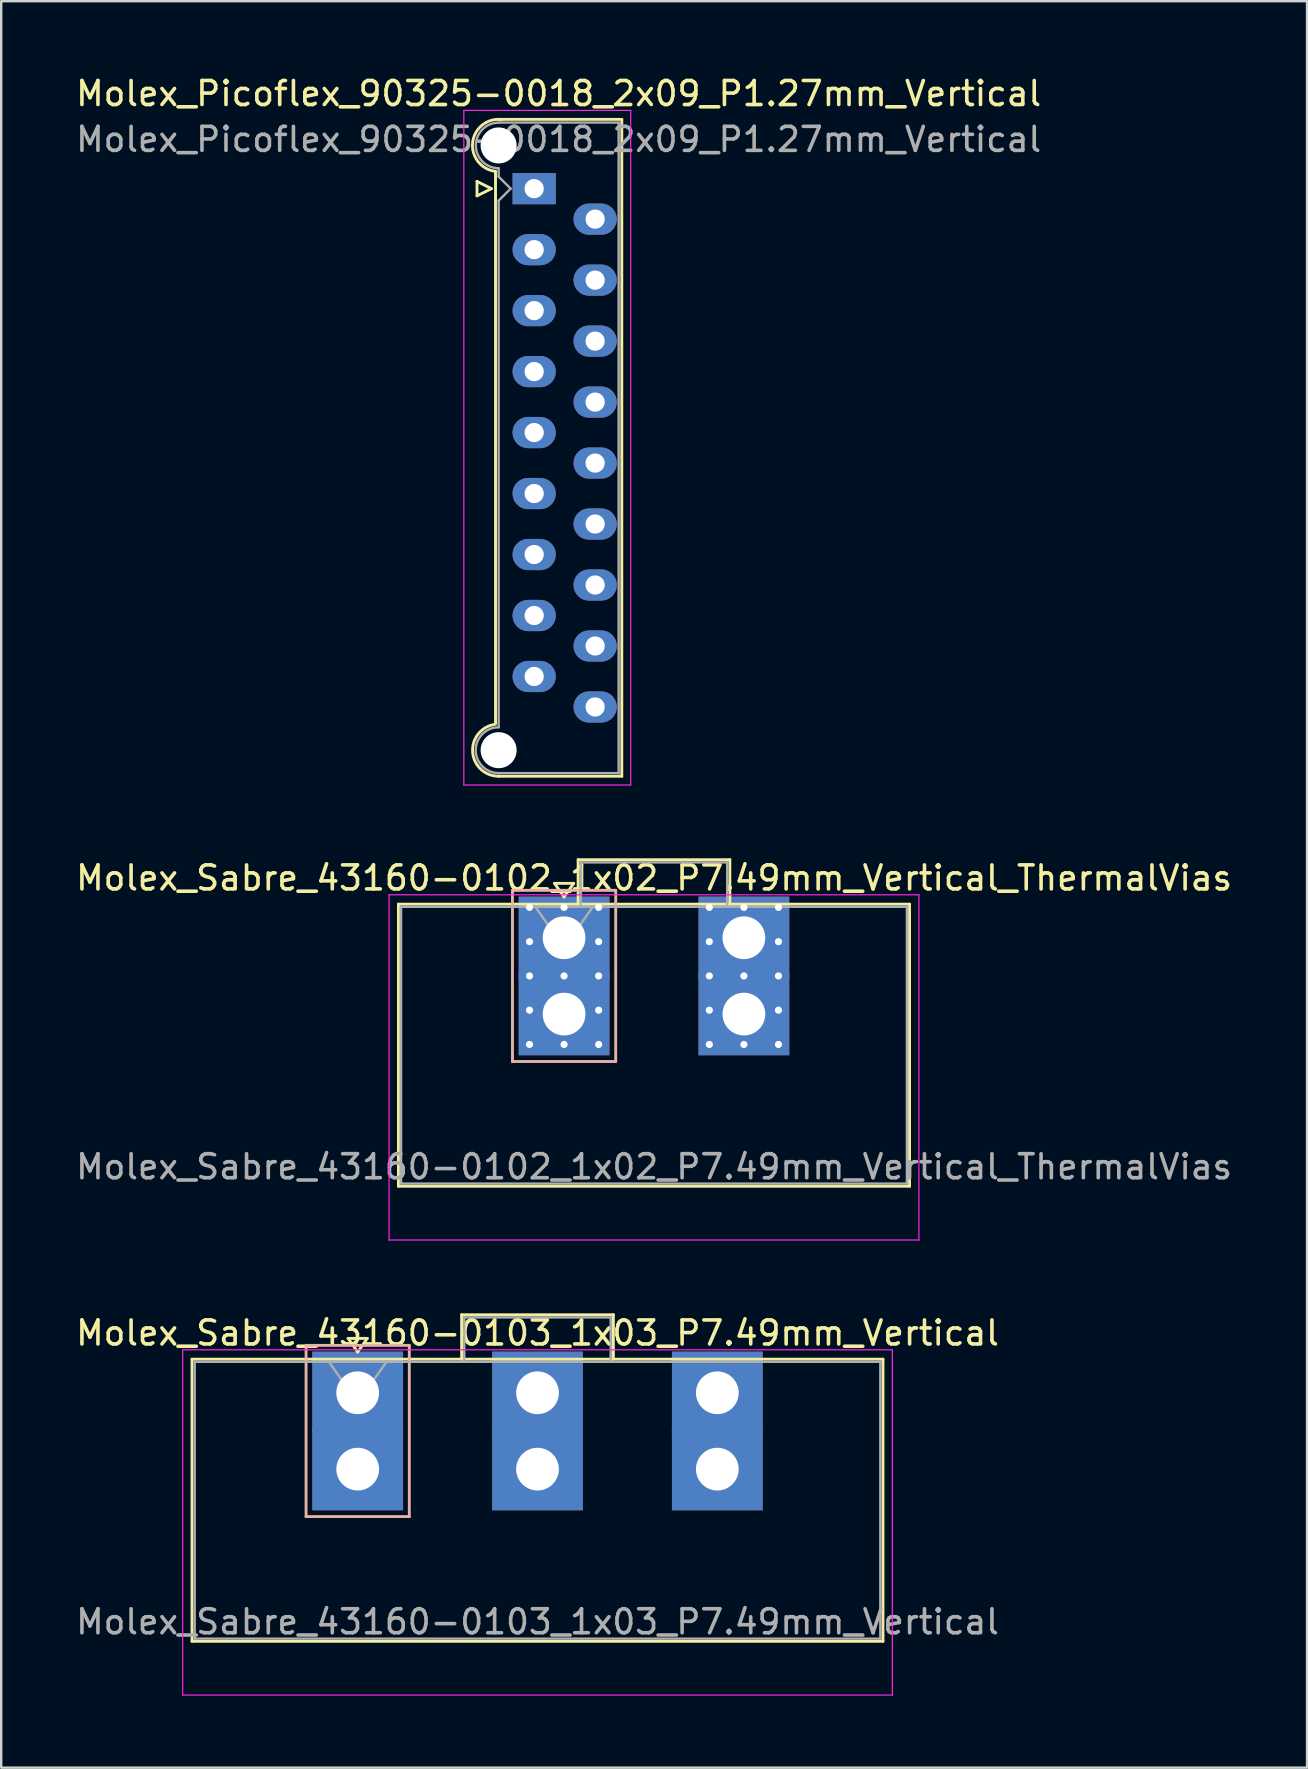
<source format=kicad_pcb>
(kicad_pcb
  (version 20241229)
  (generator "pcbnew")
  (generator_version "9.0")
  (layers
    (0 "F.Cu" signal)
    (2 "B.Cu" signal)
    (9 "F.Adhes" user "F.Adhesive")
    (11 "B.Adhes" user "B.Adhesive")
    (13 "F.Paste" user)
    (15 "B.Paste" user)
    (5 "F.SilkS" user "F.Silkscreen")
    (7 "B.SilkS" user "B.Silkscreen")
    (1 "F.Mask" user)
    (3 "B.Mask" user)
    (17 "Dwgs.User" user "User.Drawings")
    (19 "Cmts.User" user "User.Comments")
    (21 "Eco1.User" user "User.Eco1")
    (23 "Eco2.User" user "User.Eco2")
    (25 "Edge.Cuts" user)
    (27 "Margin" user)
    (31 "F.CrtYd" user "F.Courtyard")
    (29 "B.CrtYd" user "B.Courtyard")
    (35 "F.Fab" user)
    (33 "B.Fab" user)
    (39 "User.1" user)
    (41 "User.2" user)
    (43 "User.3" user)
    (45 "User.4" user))
  (footprint "Molex_Sabre_43160-0102_1x02_P7.49mm_Vertical_ThermalVias"
    (layer "F.Cu")
    (at 20.446 39.191)
    (property "Reference" "Molex_Sabre_43160-0102_1x02_P7.49mm_Vertical_ThermalVias" (at 3.75 -5.67 0) (layer "F.SilkS") (effects (font (size 1 1) (thickness 0.15))))
    (attr through_hole)
    (fp_line (start -6.9 -4.58) (end -6.9 7.17) (stroke (width 0.12) (type solid)) (layer "F.SilkS"))
    (fp_line (start -6.9 7.17) (end 14.39 7.17) (stroke (width 0.12) (type solid)) (layer "F.SilkS"))
    (fp_line (start -0.4 -5.446) (end 0 -4.88) (stroke (width 0.12) (type solid)) (layer "F.SilkS"))
    (fp_line (start 0 -4.88) (end 0.4 -5.446) (stroke (width 0.12) (type solid)) (layer "F.SilkS"))
    (fp_line (start 0.4 -5.446) (end -0.4 -5.446) (stroke (width 0.12) (type solid)) (layer "F.SilkS"))
    (fp_line (start 0.585 -6.43) (end 6.905 -6.43) (stroke (width 0.12) (type solid)) (layer "F.SilkS"))
    (fp_line (start 0.585 -4.58) (end 0.585 -6.43) (stroke (width 0.12) (type solid)) (layer "F.SilkS"))
    (fp_line (start 6.905 -6.43) (end 6.905 -4.58) (stroke (width 0.12) (type solid)) (layer "F.SilkS"))
    (fp_line (start 14.39 -4.58) (end -6.9 -4.58) (stroke (width 0.12) (type solid)) (layer "F.SilkS"))
    (fp_line (start 14.39 7.17) (end 14.39 -4.58) (stroke (width 0.12) (type solid)) (layer "F.SilkS"))
    (fp_line (start -2.15 -5.155) (end -2.15 1.975) (stroke (width 0.12) (type solid)) (layer "B.SilkS"))
    (fp_line (start -2.15 1.975) (end 2.15 1.975) (stroke (width 0.12) (type solid)) (layer "B.SilkS"))
    (fp_line (start 2.15 -5.155) (end -2.15 -5.155) (stroke (width 0.12) (type solid)) (layer "B.SilkS"))
    (fp_line (start 2.15 1.975) (end 2.15 -5.155) (stroke (width 0.12) (type solid)) (layer "B.SilkS"))
    (fp_line (start -7.29 -4.97) (end -7.29 9.41) (stroke (width 0.05) (type solid)) (layer "F.CrtYd"))
    (fp_line (start -7.29 9.41) (end 14.78 9.41) (stroke (width 0.05) (type solid)) (layer "F.CrtYd"))
    (fp_line (start 14.78 -4.97) (end -7.29 -4.97) (stroke (width 0.05) (type solid)) (layer "F.CrtYd"))
    (fp_line (start 14.78 9.41) (end 14.78 -4.97) (stroke (width 0.05) (type solid)) (layer "F.CrtYd"))
    (fp_line (start -6.79 -4.47) (end -6.79 7.06) (stroke (width 0.1) (type solid)) (layer "F.Fab"))
    (fp_line (start -6.79 7.06) (end 14.28 7.06) (stroke (width 0.1) (type solid)) (layer "F.Fab"))
    (fp_line (start -1.2 -4.47) (end 0 -2.773) (stroke (width 0.1) (type solid)) (layer "F.Fab"))
    (fp_line (start 0 -2.773) (end 1.2 -4.47) (stroke (width 0.1) (type solid)) (layer "F.Fab"))
    (fp_line (start 0.695 -6.32) (end 6.795 -6.32) (stroke (width 0.1) (type solid)) (layer "F.Fab"))
    (fp_line (start 0.695 -4.47) (end 0.695 -6.32) (stroke (width 0.1) (type solid)) (layer "F.Fab"))
    (fp_line (start 6.795 -6.32) (end 6.795 -4.47) (stroke (width 0.1) (type solid)) (layer "F.Fab"))
    (fp_line (start 14.28 -4.47) (end -6.79 -4.47) (stroke (width 0.1) (type solid)) (layer "F.Fab"))
    (fp_line (start 14.28 7.06) (end 14.28 -4.47) (stroke (width 0.1) (type solid)) (layer "F.Fab"))
    (fp_text user "${REFERENCE}" (at 3.75 6.36 0) (layer "F.Fab") (effects (font (size 1 1) (thickness 0.15))))
    (pad "1" thru_hole rect (at -1.44 -4.445) (size 0.6 0.6) (drill 0.3) (layers "*.Cu" "*.Mask"))
    (pad "1" thru_hole rect (at -1.44 -3.018) (size 0.6 0.6) (drill 0.3) (layers "*.Cu" "*.Mask"))
    (pad "1" thru_hole rect (at -1.44 -1.59) (size 0.6 0.6) (drill 0.3) (layers "*.Cu" "*.Mask"))
    (pad "1" thru_hole rect (at -1.44 -0.163) (size 0.6 0.6) (drill 0.3) (layers "*.Cu" "*.Mask"))
    (pad "1" thru_hole rect (at -1.44 1.265) (size 0.6 0.6) (drill 0.3) (layers "*.Cu" "*.Mask"))
    (pad "1" thru_hole rect (at 0 -4.445) (size 0.6 0.6) (drill 0.3) (layers "*.Cu" "*.Mask"))
    (pad "1" thru_hole rect (at 0 -3.18) (size 3.78 3.43) (drill 1.78) (layers "*.Cu" "*.Mask"))
    (pad "1" thru_hole rect (at 0 -1.59) (size 0.6 0.6) (drill 0.3) (layers "*.Cu" "*.Mask"))
    (pad "1" thru_hole rect (at 0 0) (size 3.78 3.43) (drill 1.78) (layers "*.Cu" "*.Mask"))
    (pad "1" thru_hole rect (at 0 1.265) (size 0.6 0.6) (drill 0.3) (layers "*.Cu" "*.Mask"))
    (pad "1" thru_hole rect (at 1.44 -4.445) (size 0.6 0.6) (drill 0.3) (layers "*.Cu" "*.Mask"))
    (pad "1" thru_hole rect (at 1.44 -3.018) (size 0.6 0.6) (drill 0.3) (layers "*.Cu" "*.Mask"))
    (pad "1" thru_hole rect (at 1.44 -1.59) (size 0.6 0.6) (drill 0.3) (layers "*.Cu" "*.Mask"))
    (pad "1" thru_hole rect (at 1.44 -0.163) (size 0.6 0.6) (drill 0.3) (layers "*.Cu" "*.Mask"))
    (pad "1" thru_hole rect (at 1.44 1.265) (size 0.6 0.6) (drill 0.3) (layers "*.Cu" "*.Mask"))
    (pad "2" thru_hole circle (at 6.05 -4.445) (size 0.6 0.6) (drill 0.3) (layers "*.Cu" "*.Mask"))
    (pad "2" thru_hole circle (at 6.05 -3.018) (size 0.6 0.6) (drill 0.3) (layers "*.Cu" "*.Mask"))
    (pad "2" thru_hole circle (at 6.05 -1.59) (size 0.6 0.6) (drill 0.3) (layers "*.Cu" "*.Mask"))
    (pad "2" thru_hole circle (at 6.05 -0.163) (size 0.6 0.6) (drill 0.3) (layers "*.Cu" "*.Mask"))
    (pad "2" thru_hole circle (at 6.05 1.265) (size 0.6 0.6) (drill 0.3) (layers "*.Cu" "*.Mask"))
    (pad "2" thru_hole circle (at 7.49 -4.445) (size 0.6 0.6) (drill 0.3) (layers "*.Cu" "*.Mask"))
    (pad "2" thru_hole rect (at 7.49 -3.18) (size 3.78 3.43) (drill 1.78) (layers "*.Cu" "*.Mask"))
    (pad "2" thru_hole circle (at 7.49 -1.59) (size 0.6 0.6) (drill 0.3) (layers "*.Cu" "*.Mask"))
    (pad "2" thru_hole rect (at 7.49 0) (size 3.78 3.43) (drill 1.78) (layers "*.Cu" "*.Mask"))
    (pad "2" thru_hole circle (at 7.49 1.265) (size 0.6 0.6) (drill 0.3) (layers "*.Cu" "*.Mask"))
    (pad "2" thru_hole circle (at 8.93 -4.445) (size 0.6 0.6) (drill 0.3) (layers "*.Cu" "*.Mask"))
    (pad "2" thru_hole circle (at 8.93 -3.018) (size 0.6 0.6) (drill 0.3) (layers "*.Cu" "*.Mask"))
    (pad "2" thru_hole circle (at 8.93 -1.59) (size 0.6 0.6) (drill 0.3) (layers "*.Cu" "*.Mask"))
    (pad "2" thru_hole circle (at 8.93 -0.163) (size 0.6 0.6) (drill 0.3) (layers "*.Cu" "*.Mask"))
    (pad "2" thru_hole circle (at 8.93 1.265) (size 0.6 0.6) (drill 0.3) (layers "*.Cu" "*.Mask")))
  (footprint "Molex_Sabre_43160-0103_1x03_P7.49mm_Vertical"
    (layer "F.Cu")
    (at 11.849 58.145)
    (property "Reference" "Molex_Sabre_43160-0103_1x03_P7.49mm_Vertical" (at 7.49 -5.67 0) (layer "F.SilkS") (effects (font (size 1 1) (thickness 0.15))))
    (attr through_hole)
    (fp_line (start -6.9 -4.58) (end -6.9 7.17) (stroke (width 0.12) (type solid)) (layer "F.SilkS"))
    (fp_line (start -6.9 7.17) (end 21.88 7.17) (stroke (width 0.12) (type solid)) (layer "F.SilkS"))
    (fp_line (start -0.4 -5.446) (end 0 -4.88) (stroke (width 0.12) (type solid)) (layer "F.SilkS"))
    (fp_line (start 0 -4.88) (end 0.4 -5.446) (stroke (width 0.12) (type solid)) (layer "F.SilkS"))
    (fp_line (start 0.4 -5.446) (end -0.4 -5.446) (stroke (width 0.12) (type solid)) (layer "F.SilkS"))
    (fp_line (start 4.33 -6.43) (end 10.65 -6.43) (stroke (width 0.12) (type solid)) (layer "F.SilkS"))
    (fp_line (start 4.33 -4.58) (end 4.33 -6.43) (stroke (width 0.12) (type solid)) (layer "F.SilkS"))
    (fp_line (start 10.65 -6.43) (end 10.65 -4.58) (stroke (width 0.12) (type solid)) (layer "F.SilkS"))
    (fp_line (start 21.88 -4.58) (end -6.9 -4.58) (stroke (width 0.12) (type solid)) (layer "F.SilkS"))
    (fp_line (start 21.88 7.17) (end 21.88 -4.58) (stroke (width 0.12) (type solid)) (layer "F.SilkS"))
    (fp_line (start -2.15 -5.155) (end -2.15 1.975) (stroke (width 0.12) (type solid)) (layer "B.SilkS"))
    (fp_line (start -2.15 1.975) (end 2.15 1.975) (stroke (width 0.12) (type solid)) (layer "B.SilkS"))
    (fp_line (start 2.15 -5.155) (end -2.15 -5.155) (stroke (width 0.12) (type solid)) (layer "B.SilkS"))
    (fp_line (start 2.15 1.975) (end 2.15 -5.155) (stroke (width 0.12) (type solid)) (layer "B.SilkS"))
    (fp_line (start -7.29 -4.97) (end -7.29 9.41) (stroke (width 0.05) (type solid)) (layer "F.CrtYd"))
    (fp_line (start -7.29 9.41) (end 22.27 9.41) (stroke (width 0.05) (type solid)) (layer "F.CrtYd"))
    (fp_line (start 22.27 -4.97) (end -7.29 -4.97) (stroke (width 0.05) (type solid)) (layer "F.CrtYd"))
    (fp_line (start 22.27 9.41) (end 22.27 -4.97) (stroke (width 0.05) (type solid)) (layer "F.CrtYd"))
    (fp_line (start -6.79 -4.47) (end -6.79 7.06) (stroke (width 0.1) (type solid)) (layer "F.Fab"))
    (fp_line (start -6.79 7.06) (end 21.77 7.06) (stroke (width 0.1) (type solid)) (layer "F.Fab"))
    (fp_line (start -1.2 -4.47) (end 0 -2.773) (stroke (width 0.1) (type solid)) (layer "F.Fab"))
    (fp_line (start 0 -2.773) (end 1.2 -4.47) (stroke (width 0.1) (type solid)) (layer "F.Fab"))
    (fp_line (start 4.44 -6.32) (end 10.54 -6.32) (stroke (width 0.1) (type solid)) (layer "F.Fab"))
    (fp_line (start 4.44 -4.47) (end 4.44 -6.32) (stroke (width 0.1) (type solid)) (layer "F.Fab"))
    (fp_line (start 10.54 -6.32) (end 10.54 -4.47) (stroke (width 0.1) (type solid)) (layer "F.Fab"))
    (fp_line (start 21.77 -4.47) (end -6.79 -4.47) (stroke (width 0.1) (type solid)) (layer "F.Fab"))
    (fp_line (start 21.77 7.06) (end 21.77 -4.47) (stroke (width 0.1) (type solid)) (layer "F.Fab"))
    (fp_text user "${REFERENCE}" (at 7.49 6.36 0) (layer "F.Fab") (effects (font (size 1 1) (thickness 0.15))))
    (pad "1" thru_hole rect (at 0 -3.18) (size 3.78 3.43) (drill 1.78) (layers "*.Cu" "*.Mask"))
    (pad "1" thru_hole rect (at 0 0) (size 3.78 3.43) (drill 1.78) (layers "*.Cu" "*.Mask"))
    (pad "2" thru_hole rect (at 7.49 -3.18) (size 3.78 3.43) (drill 1.78) (layers "*.Cu" "*.Mask"))
    (pad "2" thru_hole rect (at 7.49 0) (size 3.78 3.43) (drill 1.78) (layers "*.Cu" "*.Mask"))
    (pad "3" thru_hole rect (at 14.98 -3.18) (size 3.78 3.43) (drill 1.78) (layers "*.Cu" "*.Mask"))
    (pad "3" thru_hole rect (at 14.98 0) (size 3.78 3.43) (drill 1.78) (layers "*.Cu" "*.Mask")))
  (footprint "Molex_Picoflex_90325-0018_2x09_P1.27mm_Vertical"
    (layer "F.Cu")
    (at 19.2 4.808)
    (property "Reference" "Molex_Picoflex_90325-0018_2x09_P1.27mm_Vertical" (at 1.02 -3.96 0) (layer "F.SilkS") (effects (font (size 1 1) (thickness 0.15))))
    (attr through_hole)
    (fp_line (start -2.38 -0.3) (end -2.38 0.3) (stroke (width 0.12) (type solid)) (layer "F.SilkS"))
    (fp_line (start -2.38 0.3) (end -1.78 0) (stroke (width 0.12) (type solid)) (layer "F.SilkS"))
    (fp_line (start -1.78 0) (end -2.38 -0.3) (stroke (width 0.12) (type solid)) (layer "F.SilkS"))
    (fp_line (start -1.61 -0.715) (end -1.61 22.305) (stroke (width 0.12) (type solid)) (layer "F.SilkS"))
    (fp_line (start -1.48 -2.885) (end 3.65 -2.885) (stroke (width 0.12) (type solid)) (layer "F.SilkS"))
    (fp_line (start 3.65 -2.885) (end 3.65 24.475) (stroke (width 0.12) (type solid)) (layer "F.SilkS"))
    (fp_line (start 3.65 24.475) (end -1.48 24.475) (stroke (width 0.12) (type solid)) (layer "F.SilkS"))
    (fp_arc (start -1.61 -0.72) (mid -2.56 -1.93) (end -1.35 -2.88) (stroke (width 0.12) (type solid)) (layer "F.SilkS"))
    (fp_arc (start -1.47 24.475) (mid -2.56 23.494526) (end -1.678256 22.32322) (stroke (width 0.12) (type solid)) (layer "F.SilkS"))
    (fp_line (start -2.93 -3.26) (end -2.93 24.84) (stroke (width 0.05) (type solid)) (layer "F.CrtYd"))
    (fp_line (start -2.93 24.84) (end 4.02 24.84) (stroke (width 0.05) (type solid)) (layer "F.CrtYd"))
    (fp_line (start 4.02 -3.26) (end -2.93 -3.26) (stroke (width 0.05) (type solid)) (layer "F.CrtYd"))
    (fp_line (start 4.02 24.84) (end 4.02 -3.26) (stroke (width 0.05) (type solid)) (layer "F.CrtYd"))
    (fp_line (start -1.48 -2.755) (end 3.52 -2.755) (stroke (width 0.1) (type solid)) (layer "F.Fab"))
    (fp_line (start -1.48 -0.845) (end -1.48 -0.5) (stroke (width 0.1) (type solid)) (layer "F.Fab"))
    (fp_line (start -1.48 -0.5) (end -0.98 0) (stroke (width 0.1) (type solid)) (layer "F.Fab"))
    (fp_line (start -1.48 0.5) (end -1.48 22.435) (stroke (width 0.1) (type solid)) (layer "F.Fab"))
    (fp_line (start -0.98 0) (end -1.48 0.5) (stroke (width 0.1) (type solid)) (layer "F.Fab"))
    (fp_line (start 3.52 -2.755) (end 3.52 24.345) (stroke (width 0.1) (type solid)) (layer "F.Fab"))
    (fp_line (start 3.52 24.345) (end -1.48 24.345) (stroke (width 0.1) (type solid)) (layer "F.Fab"))
    (fp_arc (start -1.48 -0.85) (mid -2.43 -1.8) (end -1.48 -2.75) (stroke (width 0.1) (type solid)) (layer "F.Fab"))
    (fp_arc (start -1.48 24.345) (mid -2.435 23.39) (end -1.48 22.435) (stroke (width 0.1) (type solid)) (layer "F.Fab"))
    (fp_text user "${REFERENCE}" (at 1.02 -2.05 0) (layer "F.Fab") (effects (font (size 1 1) (thickness 0.15))))
    (pad "" np_thru_hole circle (at -1.48 -1.8) (size 1.5 1.5) (drill 1.5) (layers "*.Cu" "*.Mask"))
    (pad "" np_thru_hole circle (at -1.48 23.39) (size 1.5 1.5) (drill 1.5) (layers "*.Cu" "*.Mask"))
    (pad "1" thru_hole rect (at 0 0) (size 1.8 1.3) (drill 0.8) (layers "*.Cu" "*.Mask"))
    (pad "2" thru_hole oval (at 2.54 1.27) (size 1.8 1.3) (drill 0.8) (layers "*.Cu" "*.Mask"))
    (pad "3" thru_hole oval (at 0 2.54) (size 1.8 1.3) (drill 0.8) (layers "*.Cu" "*.Mask"))
    (pad "4" thru_hole oval (at 2.54 3.81) (size 1.8 1.3) (drill 0.8) (layers "*.Cu" "*.Mask"))
    (pad "5" thru_hole oval (at 0 5.08) (size 1.8 1.3) (drill 0.8) (layers "*.Cu" "*.Mask"))
    (pad "6" thru_hole oval (at 2.54 6.35) (size 1.8 1.3) (drill 0.8) (layers "*.Cu" "*.Mask"))
    (pad "7" thru_hole oval (at 0 7.62) (size 1.8 1.3) (drill 0.8) (layers "*.Cu" "*.Mask"))
    (pad "8" thru_hole oval (at 2.54 8.89) (size 1.8 1.3) (drill 0.8) (layers "*.Cu" "*.Mask"))
    (pad "9" thru_hole oval (at 0 10.16) (size 1.8 1.3) (drill 0.8) (layers "*.Cu" "*.Mask"))
    (pad "10" thru_hole oval (at 2.54 11.43) (size 1.8 1.3) (drill 0.8) (layers "*.Cu" "*.Mask"))
    (pad "11" thru_hole oval (at 0 12.7) (size 1.8 1.3) (drill 0.8) (layers "*.Cu" "*.Mask"))
    (pad "12" thru_hole oval (at 2.54 13.97) (size 1.8 1.3) (drill 0.8) (layers "*.Cu" "*.Mask"))
    (pad "13" thru_hole oval (at 0 15.24) (size 1.8 1.3) (drill 0.8) (layers "*.Cu" "*.Mask"))
    (pad "14" thru_hole oval (at 2.54 16.51) (size 1.8 1.3) (drill 0.8) (layers "*.Cu" "*.Mask"))
    (pad "15" thru_hole oval (at 0 17.78) (size 1.8 1.3) (drill 0.8) (layers "*.Cu" "*.Mask"))
    (pad "16" thru_hole oval (at 2.54 19.05) (size 1.8 1.3) (drill 0.8) (layers "*.Cu" "*.Mask"))
    (pad "17" thru_hole oval (at 0 20.32) (size 1.8 1.3) (drill 0.8) (layers "*.Cu" "*.Mask"))
    (pad "18" thru_hole oval (at 2.54 21.59) (size 1.8 1.3) (drill 0.8) (layers "*.Cu" "*.Mask")))
  (gr_rect
    (start -3 -3)
    (end 51.393 70.58)
    (stroke (width 0.1) (type default))
    (fill no)
    (layer "Edge.Cuts")))
</source>
